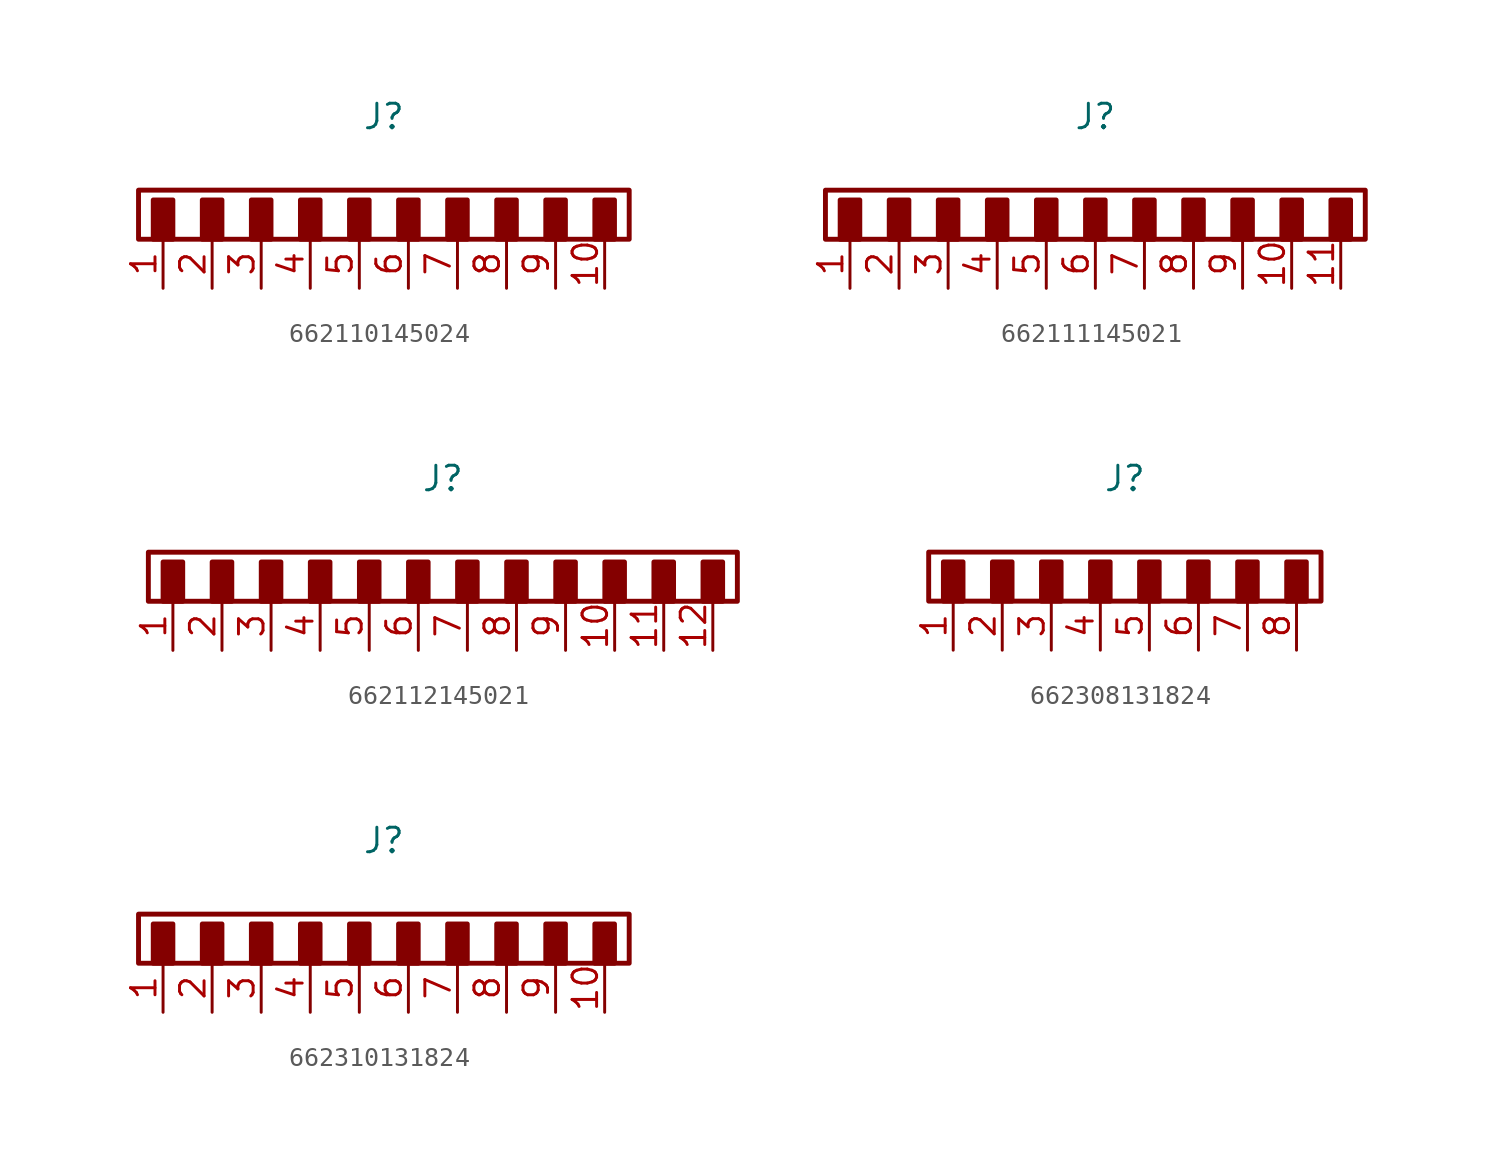
<source format=kicad_sym>
(kicad_symbol_lib
  (version 20241209)
  (generator "kicad_symbol_editor")
  (generator_version "9.0")
  (symbol "662110145024"
    (pin_names
      (hide yes))
    (property "Reference" "J"
      (at 0 5.08 0)
      (effects (font (size 1.27 1.27))))
    (symbol "662110145024_1_1"
      (rectangle (start -12.7 1.27) (end 12.7 -1.27) (stroke (width 0.254) (type solid)) (fill (type none)))
      (rectangle (start -11.938 0.762) (end -10.922 -1.27) (stroke (width 0.254) (type solid)) (fill (type outline)))
      (rectangle (start -8.382 -1.27) (end -9.398 0.762) (stroke (width 0.254) (type solid)) (fill (type outline)))
      (rectangle (start -6.858 0.762) (end -5.842 -1.27) (stroke (width 0.254) (type solid)) (fill (type outline)))
      (rectangle (start -3.302 -1.27) (end -4.318 0.762) (stroke (width 0.254) (type solid)) (fill (type outline)))
      (rectangle (start -1.778 0.762) (end -0.762 -1.27) (stroke (width 0.254) (type solid)) (fill (type outline)))
      (rectangle (start 1.778 -1.27) (end 0.762 0.762) (stroke (width 0.254) (type solid)) (fill (type outline)))
      (rectangle (start 3.302 0.762) (end 4.318 -1.27) (stroke (width 0.254) (type solid)) (fill (type outline)))
      (rectangle (start 6.858 -1.27) (end 5.842 0.762) (stroke (width 0.254) (type solid)) (fill (type outline)))
      (rectangle (start 8.382 0.762) (end 9.398 -1.27) (stroke (width 0.254) (type solid)) (fill (type outline)))
      (rectangle (start 11.938 -1.27) (end 10.922 0.762) (stroke (width 0.254) (type solid)) (fill (type outline)))
      (pin passive line (at -11.43 -3.81 90) (length 2.54) (name "1" (effects (font (size 1.27 1.27)))) (number "1" (effects (font (size 1.27 1.27)))))
      (pin passive line (at -8.89 -3.81 90) (length 2.54) (name "2" (effects (font (size 1.27 1.27)))) (number "2" (effects (font (size 1.27 1.27)))))
      (pin passive line (at -6.35 -3.81 90) (length 2.54) (name "3" (effects (font (size 1.27 1.27)))) (number "3" (effects (font (size 1.27 1.27)))))
      (pin passive line (at -3.81 -3.81 90) (length 2.54) (name "4" (effects (font (size 1.27 1.27)))) (number "4" (effects (font (size 1.27 1.27)))))
      (pin passive line (at -1.27 -3.81 90) (length 2.54) (name "5" (effects (font (size 1.27 1.27)))) (number "5" (effects (font (size 1.27 1.27)))))
      (pin passive line (at 1.27 -3.81 90) (length 2.54) (name "6" (effects (font (size 1.27 1.27)))) (number "6" (effects (font (size 1.27 1.27)))))
      (pin passive line (at 3.81 -3.81 90) (length 2.54) (name "7" (effects (font (size 1.27 1.27)))) (number "7" (effects (font (size 1.27 1.27)))))
      (pin passive line (at 6.35 -3.81 90) (length 2.54) (name "8" (effects (font (size 1.27 1.27)))) (number "8" (effects (font (size 1.27 1.27)))))
      (pin passive line (at 8.89 -3.81 90) (length 2.54) (name "9" (effects (font (size 1.27 1.27)))) (number "9" (effects (font (size 1.27 1.27)))))
      (pin passive line (at 11.43 -3.81 90) (length 2.54) (name "10" (effects (font (size 1.27 1.27)))) (number "10" (effects (font (size 1.27 1.27)))))))
  (symbol "662111145021"
    (pin_names
      (hide yes))
    (property "Reference" "J"
      (at 0 5.08 0)
      (effects (font (size 1.27 1.27))))
    (symbol "662111145021_1_1"
      (rectangle (start -13.97 1.27) (end 13.97 -1.27) (stroke (width 0.254) (type solid)) (fill (type none)))
      (rectangle (start -13.208 0.762) (end -12.192 -1.27) (stroke (width 0.254) (type solid)) (fill (type outline)))
      (rectangle (start -9.652 -1.27) (end -10.668 0.762) (stroke (width 0.254) (type solid)) (fill (type outline)))
      (rectangle (start -7.112 -1.27) (end -8.128 0.762) (stroke (width 0.254) (type solid)) (fill (type outline)))
      (rectangle (start -4.572 -1.27) (end -5.588 0.762) (stroke (width 0.254) (type solid)) (fill (type outline)))
      (rectangle (start -2.032 -1.27) (end -3.048 0.762) (stroke (width 0.254) (type solid)) (fill (type outline)))
      (rectangle (start 0.508 -1.27) (end -0.508 0.762) (stroke (width 0.254) (type solid)) (fill (type outline)))
      (rectangle (start 3.048 -1.27) (end 2.032 0.762) (stroke (width 0.254) (type solid)) (fill (type outline)))
      (rectangle (start 5.588 -1.27) (end 4.572 0.762) (stroke (width 0.254) (type solid)) (fill (type outline)))
      (rectangle (start 8.128 -1.27) (end 7.112 0.762) (stroke (width 0.254) (type solid)) (fill (type outline)))
      (rectangle (start 10.668 -1.27) (end 9.652 0.762) (stroke (width 0.254) (type solid)) (fill (type outline)))
      (rectangle (start 13.208 -1.27) (end 12.192 0.762) (stroke (width 0.254) (type solid)) (fill (type outline)))
      (pin passive line (at -12.7 -3.81 90) (length 2.54) (name "1" (effects (font (size 1.27 1.27)))) (number "1" (effects (font (size 1.27 1.27)))))
      (pin passive line (at -10.16 -3.81 90) (length 2.54) (name "2" (effects (font (size 1.27 1.27)))) (number "2" (effects (font (size 1.27 1.27)))))
      (pin passive line (at -7.62 -3.81 90) (length 2.54) (name "3" (effects (font (size 1.27 1.27)))) (number "3" (effects (font (size 1.27 1.27)))))
      (pin passive line (at -5.08 -3.81 90) (length 2.54) (name "4" (effects (font (size 1.27 1.27)))) (number "4" (effects (font (size 1.27 1.27)))))
      (pin passive line (at -2.54 -3.81 90) (length 2.54) (name "5" (effects (font (size 1.27 1.27)))) (number "5" (effects (font (size 1.27 1.27)))))
      (pin passive line (at 0 -3.81 90) (length 2.54) (name "6" (effects (font (size 1.27 1.27)))) (number "6" (effects (font (size 1.27 1.27)))))
      (pin passive line (at 2.54 -3.81 90) (length 2.54) (name "7" (effects (font (size 1.27 1.27)))) (number "7" (effects (font (size 1.27 1.27)))))
      (pin passive line (at 5.08 -3.81 90) (length 2.54) (name "8" (effects (font (size 1.27 1.27)))) (number "8" (effects (font (size 1.27 1.27)))))
      (pin passive line (at 7.62 -3.81 90) (length 2.54) (name "9" (effects (font (size 1.27 1.27)))) (number "9" (effects (font (size 1.27 1.27)))))
      (pin passive line (at 10.16 -3.81 90) (length 2.54) (name "10" (effects (font (size 1.27 1.27)))) (number "10" (effects (font (size 1.27 1.27)))))
      (pin passive line (at 12.7 -3.81 90) (length 2.54) (name "11" (effects (font (size 1.27 1.27)))) (number "11" (effects (font (size 1.27 1.27)))))))
  (symbol "662112145021"
    (pin_names
      (hide yes))
    (property "Reference" "J"
      (at 0 5.08 0)
      (effects (font (size 1.27 1.27))))
    (symbol "662112145021_1_1"
      (rectangle (start -15.24 1.27) (end 15.24 -1.27) (stroke (width 0.254) (type solid)) (fill (type none)))
      (rectangle (start -14.478 0.762) (end -13.462 -1.27) (stroke (width 0.254) (type solid)) (fill (type outline)))
      (rectangle (start -10.922 -1.27) (end -11.938 0.762) (stroke (width 0.254) (type solid)) (fill (type outline)))
      (rectangle (start -8.382 -1.27) (end -9.398 0.762) (stroke (width 0.254) (type solid)) (fill (type outline)))
      (rectangle (start -5.842 -1.27) (end -6.858 0.762) (stroke (width 0.254) (type solid)) (fill (type outline)))
      (rectangle (start -3.302 -1.27) (end -4.318 0.762) (stroke (width 0.254) (type solid)) (fill (type outline)))
      (rectangle (start -0.762 -1.27) (end -1.778 0.762) (stroke (width 0.254) (type solid)) (fill (type outline)))
      (rectangle (start 1.778 -1.27) (end 0.762 0.762) (stroke (width 0.254) (type solid)) (fill (type outline)))
      (rectangle (start 4.318 -1.27) (end 3.302 0.762) (stroke (width 0.254) (type solid)) (fill (type outline)))
      (rectangle (start 6.858 -1.27) (end 5.842 0.762) (stroke (width 0.254) (type solid)) (fill (type outline)))
      (rectangle (start 9.398 -1.27) (end 8.382 0.762) (stroke (width 0.254) (type solid)) (fill (type outline)))
      (rectangle (start 11.938 -1.27) (end 10.922 0.762) (stroke (width 0.254) (type solid)) (fill (type outline)))
      (rectangle (start 14.478 -1.27) (end 13.462 0.762) (stroke (width 0.254) (type solid)) (fill (type outline)))
      (pin passive line (at -13.97 -3.81 90) (length 2.54) (name "1" (effects (font (size 1.27 1.27)))) (number "1" (effects (font (size 1.27 1.27)))))
      (pin passive line (at -11.43 -3.81 90) (length 2.54) (name "2" (effects (font (size 1.27 1.27)))) (number "2" (effects (font (size 1.27 1.27)))))
      (pin passive line (at -8.89 -3.81 90) (length 2.54) (name "3" (effects (font (size 1.27 1.27)))) (number "3" (effects (font (size 1.27 1.27)))))
      (pin passive line (at -6.35 -3.81 90) (length 2.54) (name "4" (effects (font (size 1.27 1.27)))) (number "4" (effects (font (size 1.27 1.27)))))
      (pin passive line (at -3.81 -3.81 90) (length 2.54) (name "5" (effects (font (size 1.27 1.27)))) (number "5" (effects (font (size 1.27 1.27)))))
      (pin passive line (at -1.27 -3.81 90) (length 2.54) (name "6" (effects (font (size 1.27 1.27)))) (number "6" (effects (font (size 1.27 1.27)))))
      (pin passive line (at 1.27 -3.81 90) (length 2.54) (name "7" (effects (font (size 1.27 1.27)))) (number "7" (effects (font (size 1.27 1.27)))))
      (pin passive line (at 3.81 -3.81 90) (length 2.54) (name "8" (effects (font (size 1.27 1.27)))) (number "8" (effects (font (size 1.27 1.27)))))
      (pin passive line (at 6.35 -3.81 90) (length 2.54) (name "9" (effects (font (size 1.27 1.27)))) (number "9" (effects (font (size 1.27 1.27)))))
      (pin passive line (at 8.89 -3.81 90) (length 2.54) (name "10" (effects (font (size 1.27 1.27)))) (number "10" (effects (font (size 1.27 1.27)))))
      (pin passive line (at 11.43 -3.81 90) (length 2.54) (name "11" (effects (font (size 1.27 1.27)))) (number "11" (effects (font (size 1.27 1.27)))))
      (pin passive line (at 13.97 -3.81 90) (length 2.54) (name "12" (effects (font (size 1.27 1.27)))) (number "12" (effects (font (size 1.27 1.27)))))))
  (symbol "662308131824"
    (pin_names
      (hide yes))
    (property "Reference" "J"
      (at 0 5.08 0)
      (effects (font (size 1.27 1.27))))
    (symbol "662308131824_1_1"
      (rectangle (start -10.16 1.27) (end 10.16 -1.27) (stroke (width 0.254) (type solid)) (fill (type none)))
      (rectangle (start -9.398 0.762) (end -8.382 -1.27) (stroke (width 0.254) (type solid)) (fill (type outline)))
      (rectangle (start -5.842 -1.27) (end -6.858 0.762) (stroke (width 0.254) (type solid)) (fill (type outline)))
      (rectangle (start -4.318 0.762) (end -3.302 -1.27) (stroke (width 0.254) (type solid)) (fill (type outline)))
      (rectangle (start -0.762 -1.27) (end -1.778 0.762) (stroke (width 0.254) (type solid)) (fill (type outline)))
      (rectangle (start 0.762 0.762) (end 1.778 -1.27) (stroke (width 0.254) (type solid)) (fill (type outline)))
      (rectangle (start 4.318 -1.27) (end 3.302 0.762) (stroke (width 0.254) (type solid)) (fill (type outline)))
      (rectangle (start 5.842 0.762) (end 6.858 -1.27) (stroke (width 0.254) (type solid)) (fill (type outline)))
      (rectangle (start 9.398 -1.27) (end 8.382 0.762) (stroke (width 0.254) (type solid)) (fill (type outline)))
      (pin passive line (at -8.89 -3.81 90) (length 2.54) (name "1" (effects (font (size 1.27 1.27)))) (number "1" (effects (font (size 1.27 1.27)))))
      (pin passive line (at -6.35 -3.81 90) (length 2.54) (name "2" (effects (font (size 1.27 1.27)))) (number "2" (effects (font (size 1.27 1.27)))))
      (pin passive line (at -3.81 -3.81 90) (length 2.54) (name "3" (effects (font (size 1.27 1.27)))) (number "3" (effects (font (size 1.27 1.27)))))
      (pin passive line (at -1.27 -3.81 90) (length 2.54) (name "4" (effects (font (size 1.27 1.27)))) (number "4" (effects (font (size 1.27 1.27)))))
      (pin passive line (at 1.27 -3.81 90) (length 2.54) (name "5" (effects (font (size 1.27 1.27)))) (number "5" (effects (font (size 1.27 1.27)))))
      (pin passive line (at 3.81 -3.81 90) (length 2.54) (name "6" (effects (font (size 1.27 1.27)))) (number "6" (effects (font (size 1.27 1.27)))))
      (pin passive line (at 6.35 -3.81 90) (length 2.54) (name "7" (effects (font (size 1.27 1.27)))) (number "7" (effects (font (size 1.27 1.27)))))
      (pin passive line (at 8.89 -3.81 90) (length 2.54) (name "8" (effects (font (size 1.27 1.27)))) (number "8" (effects (font (size 1.27 1.27)))))))
  (symbol "662310131824"
    (pin_names
      (hide yes))
    (property "Reference" "J"
      (at 0 5.08 0)
      (effects (font (size 1.27 1.27))))
    (symbol "662310131824_1_1"
      (rectangle (start -12.7 1.27) (end 12.7 -1.27) (stroke (width 0.254) (type solid)) (fill (type none)))
      (rectangle (start -11.938 0.762) (end -10.922 -1.27) (stroke (width 0.254) (type solid)) (fill (type outline)))
      (rectangle (start -8.382 -1.27) (end -9.398 0.762) (stroke (width 0.254) (type solid)) (fill (type outline)))
      (rectangle (start -6.858 0.762) (end -5.842 -1.27) (stroke (width 0.254) (type solid)) (fill (type outline)))
      (rectangle (start -3.302 -1.27) (end -4.318 0.762) (stroke (width 0.254) (type solid)) (fill (type outline)))
      (rectangle (start -1.778 0.762) (end -0.762 -1.27) (stroke (width 0.254) (type solid)) (fill (type outline)))
      (rectangle (start 1.778 -1.27) (end 0.762 0.762) (stroke (width 0.254) (type solid)) (fill (type outline)))
      (rectangle (start 3.302 0.762) (end 4.318 -1.27) (stroke (width 0.254) (type solid)) (fill (type outline)))
      (rectangle (start 6.858 -1.27) (end 5.842 0.762) (stroke (width 0.254) (type solid)) (fill (type outline)))
      (rectangle (start 8.382 0.762) (end 9.398 -1.27) (stroke (width 0.254) (type solid)) (fill (type outline)))
      (rectangle (start 11.938 -1.27) (end 10.922 0.762) (stroke (width 0.254) (type solid)) (fill (type outline)))
      (pin passive line (at -11.43 -3.81 90) (length 2.54) (name "1" (effects (font (size 1.27 1.27)))) (number "1" (effects (font (size 1.27 1.27)))))
      (pin passive line (at -8.89 -3.81 90) (length 2.54) (name "2" (effects (font (size 1.27 1.27)))) (number "2" (effects (font (size 1.27 1.27)))))
      (pin passive line (at -6.35 -3.81 90) (length 2.54) (name "3" (effects (font (size 1.27 1.27)))) (number "3" (effects (font (size 1.27 1.27)))))
      (pin passive line (at -3.81 -3.81 90) (length 2.54) (name "4" (effects (font (size 1.27 1.27)))) (number "4" (effects (font (size 1.27 1.27)))))
      (pin passive line (at -1.27 -3.81 90) (length 2.54) (name "5" (effects (font (size 1.27 1.27)))) (number "5" (effects (font (size 1.27 1.27)))))
      (pin passive line (at 1.27 -3.81 90) (length 2.54) (name "6" (effects (font (size 1.27 1.27)))) (number "6" (effects (font (size 1.27 1.27)))))
      (pin passive line (at 3.81 -3.81 90) (length 2.54) (name "7" (effects (font (size 1.27 1.27)))) (number "7" (effects (font (size 1.27 1.27)))))
      (pin passive line (at 6.35 -3.81 90) (length 2.54) (name "8" (effects (font (size 1.27 1.27)))) (number "8" (effects (font (size 1.27 1.27)))))
      (pin passive line (at 8.89 -3.81 90) (length 2.54) (name "9" (effects (font (size 1.27 1.27)))) (number "9" (effects (font (size 1.27 1.27)))))
      (pin passive line (at 11.43 -3.81 90) (length 2.54) (name "10" (effects (font (size 1.27 1.27)))) (number "10" (effects (font (size 1.27 1.27))))))))
</source>
